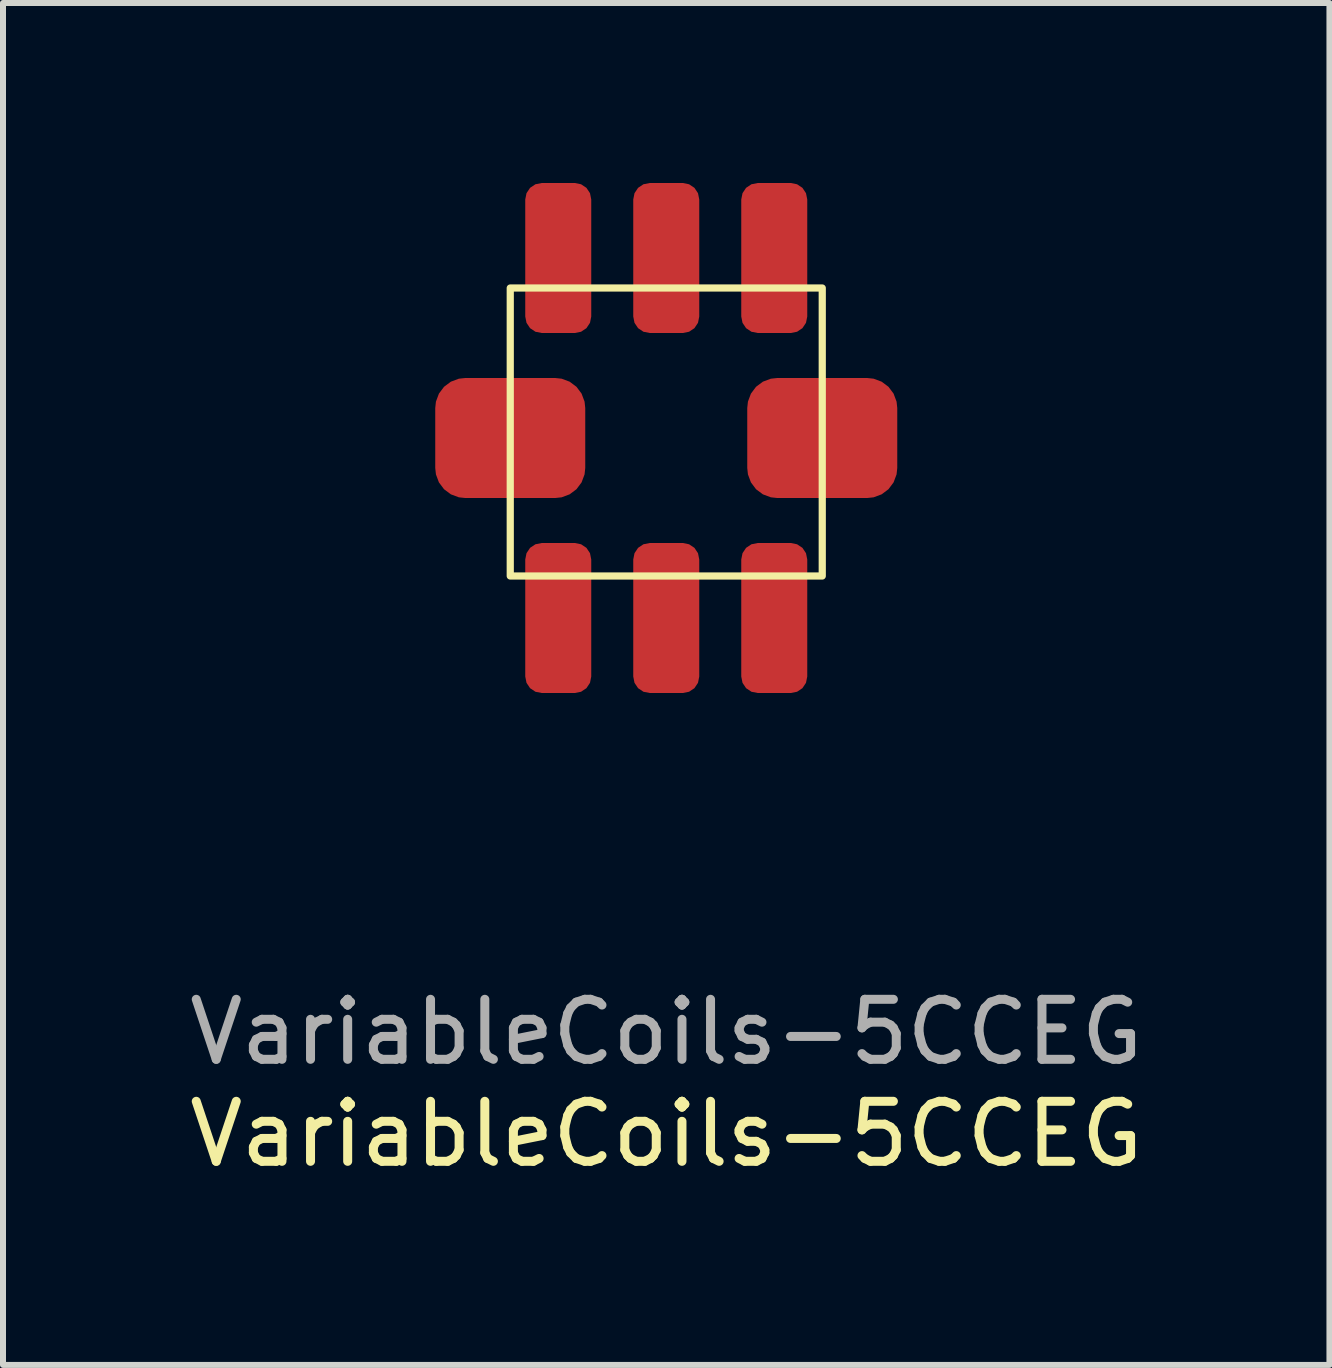
<source format=kicad_pcb>
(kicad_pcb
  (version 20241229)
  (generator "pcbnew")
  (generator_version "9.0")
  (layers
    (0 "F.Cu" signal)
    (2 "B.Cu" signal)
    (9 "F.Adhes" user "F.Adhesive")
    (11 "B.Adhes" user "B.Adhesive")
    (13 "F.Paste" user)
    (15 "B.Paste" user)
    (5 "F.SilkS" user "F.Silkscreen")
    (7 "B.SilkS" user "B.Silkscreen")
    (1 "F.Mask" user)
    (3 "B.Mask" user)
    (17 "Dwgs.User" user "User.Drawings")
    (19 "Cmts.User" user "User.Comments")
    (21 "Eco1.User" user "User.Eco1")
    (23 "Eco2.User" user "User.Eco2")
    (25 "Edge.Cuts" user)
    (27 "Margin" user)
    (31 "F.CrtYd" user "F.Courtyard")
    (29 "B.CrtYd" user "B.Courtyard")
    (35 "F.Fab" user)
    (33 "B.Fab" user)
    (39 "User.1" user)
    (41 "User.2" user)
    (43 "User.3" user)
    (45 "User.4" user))
  (footprint "VariableCoils-5CCEG"
    (layer "F.Cu")
    (at 8.054 4.25)
    (property "Reference" "VariableCoils-5CCEG" (at 0 11.6 0) (unlocked yes) (layer "F.SilkS") (effects (font (size 1 1) (thickness 0.15))))
    (attr smd)
    (fp_rect (start -2.6 -2.5) (end 2.6 2.3) (stroke (width 0.12) (type solid)) (fill no) (layer "F.SilkS"))
    (fp_text user "${REFERENCE}" (at 0 9.9 0) (unlocked yes) (layer "F.Fab") (effects (font (size 1 1) (thickness 0.15))))
    (pad "1" smd roundrect (at -1.8 -3 180) (size 1.1 2.5) (layers "F.Cu" "F.Mask" "F.Paste") (roundrect_rratio 0.25))
    (pad "2" smd roundrect (at 0 -3 180) (size 1.1 2.5) (layers "F.Cu" "F.Mask" "F.Paste") (roundrect_rratio 0.25))
    (pad "3" smd roundrect (at 1.8 -3) (size 1.1 2.5) (layers "F.Cu" "F.Mask" "F.Paste") (roundrect_rratio 0.25))
    (pad "4" smd roundrect (at 1.8 3 180) (size 1.1 2.5) (layers "F.Cu" "F.Mask" "F.Paste") (roundrect_rratio 0.25))
    (pad "5" smd roundrect (at 0 3 180) (size 1.1 2.5) (layers "F.Cu" "F.Mask" "F.Paste") (roundrect_rratio 0.25))
    (pad "6" smd roundrect (at -1.8 3 180) (size 1.1 2.5) (layers "F.Cu" "F.Mask" "F.Paste") (roundrect_rratio 0.25))
    (pad "GND" smd roundrect (at -2.6 0 180) (size 2.5 2) (layers "F.Cu" "F.Mask" "F.Paste") (roundrect_rratio 0.25))
    (pad "GND" smd roundrect (at 2.6 0 180) (size 2.5 2) (layers "F.Cu" "F.Mask" "F.Paste") (roundrect_rratio 0.25)))
  (gr_rect
    (start -3 -3)
    (end 19.107 19.698)
    (stroke (width 0.1) (type default))
    (fill no)
    (layer "Edge.Cuts")))
</source>
